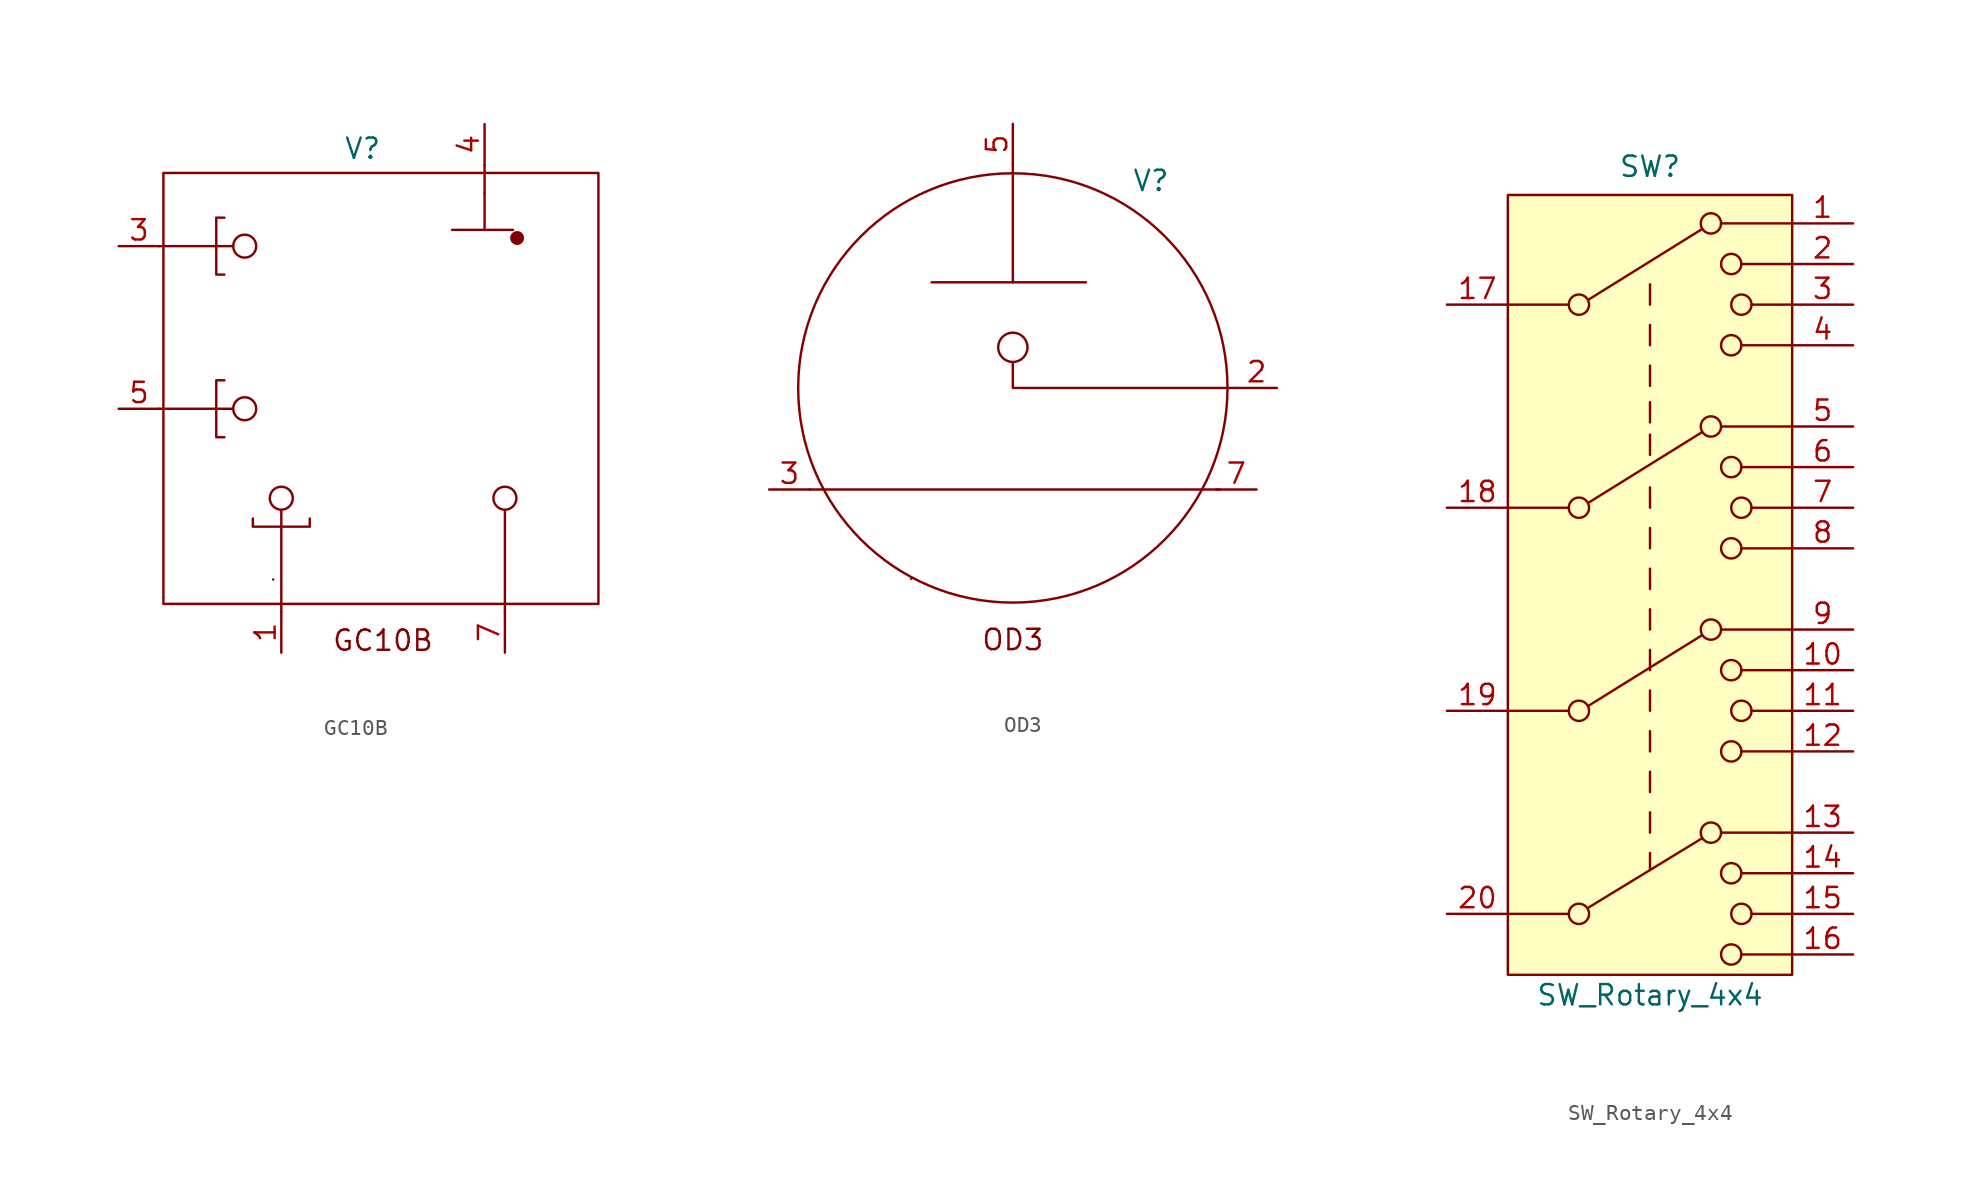
<source format=kicad_sym>
(kicad_symbol_lib
  (version 20241209)
  (generator "kicad_symbol_editor")
  (generator_version "9.0")
  (symbol "GC10B"
    (pin_names
      (offset 0)
      (hide yes))
    (property "Reference" "V"
      (at -1.27 14.986 0)
      (effects (font (size 1.27 1.27))))
    (property "Value" ""
      (at 0 0 0)
      (effects (font (size 1.27 1.27))))
    (symbol "GC10B_0_1"
      (rectangle (start -13.716 13.462) (end 13.462 -13.462) (stroke (width 0) (type default)) (fill (type none)))
      (polyline (pts (xy 6.35 9.906) (xy 6.35 12.192)) (stroke (width 0) (type default)) (fill (type none)))
      (polyline (pts (xy 8.128 9.906) (xy 4.318 9.906)) (stroke (width 0) (type default)) (fill (type none))))
    (symbol "GC10B_1_1"
      (polyline (pts (xy -13.716 8.89) (xy -13.97 8.89)) (stroke (width 0) (type default)) (fill (type none)))
      (polyline (pts (xy -13.716 -1.27) (xy -13.97 -1.27)) (stroke (width 0) (type default)) (fill (type none)))
      (polyline (pts (xy -10.414 8.89) (xy -10.414 10.668) (xy -9.906 10.668)) (stroke (width 0) (type default)) (fill (type none)))
      (polyline (pts (xy -10.414 8.89) (xy -10.414 7.112) (xy -9.906 7.112)) (stroke (width 0) (type default)) (fill (type none)))
      (polyline (pts (xy -10.414 -1.27) (xy -10.414 0.508) (xy -9.906 0.508)) (stroke (width 0) (type default)) (fill (type none)))
      (polyline (pts (xy -10.414 -1.27) (xy -10.414 -3.048) (xy -9.906 -3.048)) (stroke (width 0) (type default)) (fill (type none)))
      (polyline (pts (xy -9.398 8.89) (xy -13.716 8.89)) (stroke (width 0) (type default)) (fill (type none)))
      (polyline (pts (xy -9.398 -1.27) (xy -13.716 -1.27)) (stroke (width 0) (type default)) (fill (type none)))
      (circle (center -8.636 8.89) (radius 0.718) (stroke (width 0) (type default)) (fill (type none)))
      (circle (center -8.636 -1.27) (radius 0.718) (stroke (width 0) (type default)) (fill (type none)))
      (polyline (pts (xy -6.858 -11.938) (xy -6.858 -11.938)) (stroke (width 0) (type default)) (fill (type none)))
      (circle (center -6.35 -6.858) (radius 0.718) (stroke (width 0) (type default)) (fill (type none)))
      (polyline (pts (xy -6.35 -7.62) (xy -6.35 -13.462)) (stroke (width 0) (type default)) (fill (type none)))
      (polyline (pts (xy -6.35 -8.636) (xy -8.128 -8.636) (xy -8.128 -8.128)) (stroke (width 0) (type default)) (fill (type none)))
      (polyline (pts (xy -6.35 -8.636) (xy -4.572 -8.636) (xy -4.572 -8.128)) (stroke (width 0) (type default)) (fill (type none)))
      (polyline (pts (xy -6.35 -13.97) (xy -6.35 -13.462)) (stroke (width 0) (type default)) (fill (type none)))
      (polyline (pts (xy 6.35 13.97) (xy 6.35 12.192)) (stroke (width 0) (type default)) (fill (type none)))
      (circle (center 7.62 -6.858) (radius 0.718) (stroke (width 0) (type default)) (fill (type none)))
      (polyline (pts (xy 7.62 -13.97) (xy 7.62 -7.62)) (stroke (width 0) (type default)) (fill (type none)))
      (circle (center 8.382 9.398) (radius 0.359) (stroke (width 0) (type solid)) (fill (type outline)))
      (text "GC10B" (at 0 -15.748 0) (effects (font (size 1.27 1.27))))
      (pin bidirectional line (at -16.51 8.89 0) (length 2.54) (name "" (effects (font (size 1.27 1.27)))) (number "3" (effects (font (size 1.27 1.27)))))
      (pin bidirectional line (at -16.51 -1.27 0) (length 2.54) (name "" (effects (font (size 1.27 1.27)))) (number "5" (effects (font (size 1.27 1.27)))))
      (pin bidirectional line (at -6.35 -16.51 90) (length 2.54) (name "" (effects (font (size 1.27 1.27)))) (number "1" (effects (font (size 1.27 1.27)))))
      (pin bidirectional line (at 6.35 16.51 270) (length 2.54) (name "" (effects (font (size 1.27 1.27)))) (number "4" (effects (font (size 1.27 1.27)))))
      (pin bidirectional line (at 7.62 -16.51 90) (length 2.54) (name "" (effects (font (size 1.27 1.27)))) (number "7" (effects (font (size 1.27 1.27)))))))
  (symbol "OD3"
    (pin_names
      (offset 0)
      (hide yes))
    (property "Reference" "V"
      (at 8.636 12.954 0)
      (effects (font (size 1.27 1.27))))
    (property "Value" ""
      (at 0 0 0)
      (effects (font (size 1.27 1.27))))
    (symbol "OD3_0_1"
      (polyline (pts (xy -12.7 -6.35) (xy 12.954 -6.35)) (stroke (width 0) (type default)) (fill (type none)))
      (polyline (pts (xy -5.08 6.604) (xy 4.572 6.604)) (stroke (width 0) (type default)) (fill (type none)))
      (polyline (pts (xy 0 6.604) (xy 0 13.97)) (stroke (width 0) (type default)) (fill (type none)))
      (circle (center 0 2.54) (radius 0.916) (stroke (width 0) (type default)) (fill (type none)))
      (polyline (pts (xy 0 1.524) (xy 0 0) (xy 13.97 0)) (stroke (width 0) (type default)) (fill (type none)))
      (circle (center 0 0) (radius 13.421) (stroke (width 0) (type default)) (fill (type none))))
    (symbol "OD3_1_1"
      (polyline (pts (xy -6.35 -11.938) (xy -6.35 -11.938)) (stroke (width 0) (type default)) (fill (type none)))
      (text "OD3" (at 0 -15.748 0) (effects (font (size 1.27 1.27))))
      (pin bidirectional line (at -15.24 -6.35 0) (length 2.54) (name "" (effects (font (size 1.27 1.27)))) (number "3" (effects (font (size 1.27 1.27)))))
      (pin bidirectional line (at 0 16.51 270) (length 2.54) (name "" (effects (font (size 1.27 1.27)))) (number "5" (effects (font (size 1.27 1.27)))))
      (pin bidirectional line (at 15.24 -6.35 180) (length 2.54) (name "" (effects (font (size 1.27 1.27)))) (number "7" (effects (font (size 1.27 1.27)))))
      (pin bidirectional line (at 16.51 0 180) (length 2.54) (name "" (effects (font (size 1.27 1.27)))) (number "2" (effects (font (size 1.27 1.27)))))))
  (symbol "SW_Rotary_4x4"
    (pin_names
      (offset 1.016)
      (hide yes))
    (property "Reference" "SW"
      (at 0 34.036 0)
      (effects (font (size 1.27 1.27))))
    (property "Value" "SW_Rotary_4x4"
      (at 0 -17.78 0)
      (effects (font (size 1.27 1.27))))
    (symbol "SW_Rotary_4x4_0_0"
      (circle (center -4.445 25.4) (radius 0.635) (stroke (width 0) (type default)) (fill (type none)))
      (circle (center -4.445 12.7) (radius 0.635) (stroke (width 0) (type default)) (fill (type none)))
      (circle (center -4.445 0) (radius 0.635) (stroke (width 0) (type default)) (fill (type none)))
      (circle (center -4.445 -12.7) (radius 0.635) (stroke (width 0) (type default)) (fill (type none)))
      (polyline (pts (xy -3.912 -12.344) (xy 3.251 -7.976)) (stroke (width 0) (type default)) (fill (type none)))
      (polyline (pts (xy -3.861 25.705) (xy 3.251 30.124)) (stroke (width 0) (type default)) (fill (type none)))
      (polyline (pts (xy -3.861 13.005) (xy 3.251 17.424)) (stroke (width 0) (type default)) (fill (type none)))
      (polyline (pts (xy -3.861 0.305) (xy 3.251 4.724)) (stroke (width 0) (type default)) (fill (type none)))
      (polyline (pts (xy 0 25.4) (xy 0 26.67)) (stroke (width 0) (type default)) (fill (type none)))
      (polyline (pts (xy 0 22.86) (xy 0 24.13)) (stroke (width 0) (type default)) (fill (type none)))
      (polyline (pts (xy 0 20.32) (xy 0 21.59)) (stroke (width 0) (type default)) (fill (type none)))
      (polyline (pts (xy 0 12.7) (xy 0 13.97)) (stroke (width 0) (type default)) (fill (type none)))
      (polyline (pts (xy 0 10.16) (xy 0 11.43)) (stroke (width 0) (type default)) (fill (type none)))
      (polyline (pts (xy 0 7.62) (xy 0 8.89)) (stroke (width 0) (type default)) (fill (type none)))
      (polyline (pts (xy 0 5.08) (xy 0 6.35)) (stroke (width 0) (type default)) (fill (type none)))
      (polyline (pts (xy 0 2.54) (xy 0 3.81)) (stroke (width 0) (type default)) (fill (type none)))
      (polyline (pts (xy 0 0) (xy 0 1.27)) (stroke (width 0) (type default)) (fill (type none)))
      (polyline (pts (xy 0 -2.54) (xy 0 -1.27)) (stroke (width 0) (type default)) (fill (type none)))
      (polyline (pts (xy 0 -5.08) (xy 0 -3.81)) (stroke (width 0) (type default)) (fill (type none)))
      (polyline (pts (xy 0 -7.62) (xy 0 -6.35)) (stroke (width 0) (type default)) (fill (type none)))
      (polyline (pts (xy 0 -9.957) (xy 0 -8.89)) (stroke (width 0) (type default)) (fill (type none)))
      (circle (center 3.81 30.48) (radius 0.635) (stroke (width 0) (type default)) (fill (type none)))
      (circle (center 3.81 17.78) (radius 0.635) (stroke (width 0) (type default)) (fill (type none)))
      (circle (center 3.81 5.08) (radius 0.635) (stroke (width 0) (type default)) (fill (type none)))
      (circle (center 3.81 -7.62) (radius 0.635) (stroke (width 0) (type default)) (fill (type none)))
      (polyline (pts (xy 4.445 30.48) (xy 8.89 30.48)) (stroke (width 0) (type default)) (fill (type none)))
      (polyline (pts (xy 4.445 17.78) (xy 8.89 17.78)) (stroke (width 0) (type default)) (fill (type none)))
      (polyline (pts (xy 4.445 5.08) (xy 8.89 5.08)) (stroke (width 0) (type default)) (fill (type none)))
      (polyline (pts (xy 4.445 -7.62) (xy 8.89 -7.62)) (stroke (width 0) (type default)) (fill (type none)))
      (circle (center 5.08 27.94) (radius 0.635) (stroke (width 0) (type default)) (fill (type none)))
      (circle (center 5.08 22.86) (radius 0.635) (stroke (width 0) (type default)) (fill (type none)))
      (circle (center 5.08 15.24) (radius 0.635) (stroke (width 0) (type default)) (fill (type none)))
      (circle (center 5.08 10.16) (radius 0.635) (stroke (width 0) (type default)) (fill (type none)))
      (circle (center 5.08 2.54) (radius 0.635) (stroke (width 0) (type default)) (fill (type none)))
      (circle (center 5.08 -2.54) (radius 0.635) (stroke (width 0) (type default)) (fill (type none)))
      (circle (center 5.08 -10.16) (radius 0.635) (stroke (width 0) (type default)) (fill (type none)))
      (circle (center 5.08 -15.24) (radius 0.635) (stroke (width 0) (type default)) (fill (type none)))
      (polyline (pts (xy 5.715 27.94) (xy 8.89 27.94)) (stroke (width 0) (type default)) (fill (type none)))
      (circle (center 5.715 25.4) (radius 0.635) (stroke (width 0) (type default)) (fill (type none)))
      (polyline (pts (xy 5.715 22.86) (xy 8.89 22.86)) (stroke (width 0) (type default)) (fill (type none)))
      (polyline (pts (xy 5.715 15.24) (xy 8.89 15.24)) (stroke (width 0) (type default)) (fill (type none)))
      (circle (center 5.715 12.7) (radius 0.635) (stroke (width 0) (type default)) (fill (type none)))
      (polyline (pts (xy 5.715 10.16) (xy 8.89 10.16)) (stroke (width 0) (type default)) (fill (type none)))
      (polyline (pts (xy 5.715 2.54) (xy 8.89 2.54)) (stroke (width 0) (type default)) (fill (type none)))
      (circle (center 5.715 0) (radius 0.635) (stroke (width 0) (type default)) (fill (type none)))
      (polyline (pts (xy 5.715 -2.54) (xy 8.89 -2.54)) (stroke (width 0) (type default)) (fill (type none)))
      (polyline (pts (xy 5.715 -10.16) (xy 8.89 -10.16)) (stroke (width 0) (type default)) (fill (type none)))
      (circle (center 5.715 -12.7) (radius 0.635) (stroke (width 0) (type default)) (fill (type none)))
      (polyline (pts (xy 5.715 -15.24) (xy 8.89 -15.24)) (stroke (width 0) (type default)) (fill (type none)))
      (polyline (pts (xy 6.35 25.4) (xy 8.89 25.4)) (stroke (width 0) (type default)) (fill (type none)))
      (polyline (pts (xy 6.35 12.7) (xy 8.89 12.7)) (stroke (width 0) (type default)) (fill (type none)))
      (polyline (pts (xy 6.35 0) (xy 8.89 0)) (stroke (width 0) (type default)) (fill (type none)))
      (polyline (pts (xy 6.35 -12.7) (xy 8.89 -12.7)) (stroke (width 0) (type default)) (fill (type none))))
    (symbol "SW_Rotary_4x4_0_1"
      (polyline (pts (xy -5.08 25.4) (xy -8.89 25.4)) (stroke (width 0) (type default)) (fill (type none)))
      (polyline (pts (xy -5.08 12.7) (xy -8.89 12.7)) (stroke (width 0) (type default)) (fill (type none)))
      (polyline (pts (xy -5.08 0) (xy -8.89 0)) (stroke (width 0) (type default)) (fill (type none)))
      (polyline (pts (xy -5.08 -12.7) (xy -8.89 -12.7)) (stroke (width 0) (type default)) (fill (type none)))
      (polyline (pts (xy 0 19.304) (xy 0 18.034)) (stroke (width 0) (type default)) (fill (type none)))
      (polyline (pts (xy 0 17.272) (xy 0 16.002)) (stroke (width 0) (type default)) (fill (type none))))
    (symbol "SW_Rotary_4x4_1_1"
      (rectangle (start -8.89 32.258) (end 8.89 -16.51) (stroke (width 0) (type default)) (fill (type background)))
      (pin passive line (at -12.7 25.4 0) (length 3.81) (name "13" (effects (font (size 1.27 1.27)))) (number "17" (effects (font (size 1.27 1.27)))))
      (pin passive line (at -12.7 12.7 0) (length 3.81) (name "13" (effects (font (size 1.27 1.27)))) (number "18" (effects (font (size 1.27 1.27)))))
      (pin passive line (at -12.7 0 0) (length 3.81) (name "14" (effects (font (size 1.27 1.27)))) (number "19" (effects (font (size 1.27 1.27)))))
      (pin passive line (at -12.7 -12.7 0) (length 3.81) (name "15" (effects (font (size 1.27 1.27)))) (number "20" (effects (font (size 1.27 1.27)))))
      (pin passive line (at 12.7 30.48 180) (length 3.81) (name "1" (effects (font (size 1.27 1.27)))) (number "1" (effects (font (size 1.27 1.27)))))
      (pin passive line (at 12.7 27.94 180) (length 3.81) (name "2" (effects (font (size 1.27 1.27)))) (number "2" (effects (font (size 1.27 1.27)))))
      (pin passive line (at 12.7 25.4 180) (length 3.81) (name "3" (effects (font (size 1.27 1.27)))) (number "3" (effects (font (size 1.27 1.27)))))
      (pin passive line (at 12.7 22.86 180) (length 3.81) (name "4" (effects (font (size 1.27 1.27)))) (number "4" (effects (font (size 1.27 1.27)))))
      (pin passive line (at 12.7 17.78 180) (length 3.81) (name "1" (effects (font (size 1.27 1.27)))) (number "5" (effects (font (size 1.27 1.27)))))
      (pin passive line (at 12.7 15.24 180) (length 3.81) (name "2" (effects (font (size 1.27 1.27)))) (number "6" (effects (font (size 1.27 1.27)))))
      (pin passive line (at 12.7 12.7 180) (length 3.81) (name "3" (effects (font (size 1.27 1.27)))) (number "7" (effects (font (size 1.27 1.27)))))
      (pin passive line (at 12.7 10.16 180) (length 3.81) (name "4" (effects (font (size 1.27 1.27)))) (number "8" (effects (font (size 1.27 1.27)))))
      (pin passive line (at 12.7 5.08 180) (length 3.81) (name "5" (effects (font (size 1.27 1.27)))) (number "9" (effects (font (size 1.27 1.27)))))
      (pin passive line (at 12.7 2.54 180) (length 3.81) (name "6" (effects (font (size 1.27 1.27)))) (number "10" (effects (font (size 1.27 1.27)))))
      (pin passive line (at 12.7 0 180) (length 3.81) (name "7" (effects (font (size 1.27 1.27)))) (number "11" (effects (font (size 1.27 1.27)))))
      (pin passive line (at 12.7 -2.54 180) (length 3.81) (name "8" (effects (font (size 1.27 1.27)))) (number "12" (effects (font (size 1.27 1.27)))))
      (pin passive line (at 12.7 -7.62 180) (length 3.81) (name "9" (effects (font (size 1.27 1.27)))) (number "13" (effects (font (size 1.27 1.27)))))
      (pin passive line (at 12.7 -10.16 180) (length 3.81) (name "10" (effects (font (size 1.27 1.27)))) (number "14" (effects (font (size 1.27 1.27)))))
      (pin passive line (at 12.7 -12.7 180) (length 3.81) (name "11" (effects (font (size 1.27 1.27)))) (number "15" (effects (font (size 1.27 1.27)))))
      (pin passive line (at 12.7 -15.24 180) (length 3.81) (name "12" (effects (font (size 1.27 1.27)))) (number "16" (effects (font (size 1.27 1.27))))))))
</source>
